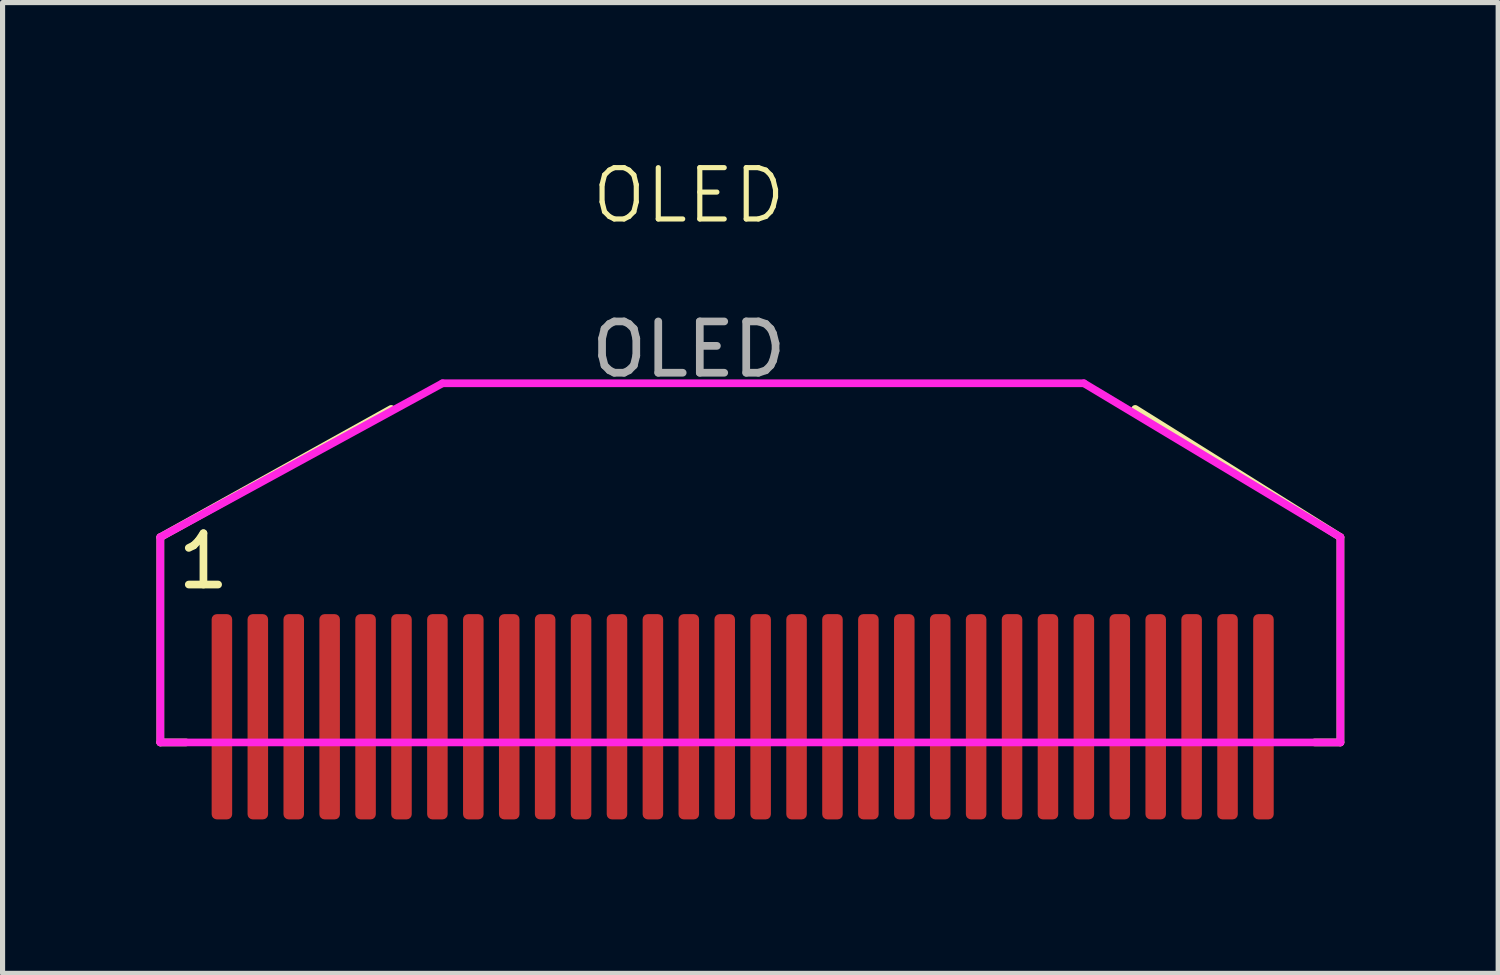
<source format=kicad_pcb>
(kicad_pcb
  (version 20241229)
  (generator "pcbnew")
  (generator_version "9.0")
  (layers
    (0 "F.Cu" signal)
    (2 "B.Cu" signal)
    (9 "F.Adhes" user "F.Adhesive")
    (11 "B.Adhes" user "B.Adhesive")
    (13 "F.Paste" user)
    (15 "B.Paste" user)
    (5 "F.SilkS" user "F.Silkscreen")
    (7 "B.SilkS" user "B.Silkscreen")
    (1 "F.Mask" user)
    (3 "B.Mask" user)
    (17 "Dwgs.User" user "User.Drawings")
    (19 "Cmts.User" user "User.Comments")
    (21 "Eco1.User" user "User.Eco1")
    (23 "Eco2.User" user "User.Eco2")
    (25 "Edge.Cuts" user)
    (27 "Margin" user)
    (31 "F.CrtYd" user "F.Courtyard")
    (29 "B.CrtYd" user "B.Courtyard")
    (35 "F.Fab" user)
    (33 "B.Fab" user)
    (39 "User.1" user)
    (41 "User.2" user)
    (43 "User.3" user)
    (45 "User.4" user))
  (footprint "OLED"
    (layer "F.Cu")
    (at 10.375 1.26)
    (property "Reference" "OLED" (at 0 -0.5 0) (unlocked yes) (layer "F.SilkS") (effects (font (size 1 1) (thickness 0.1))))
    (attr smd)
    (fp_line (start -10.3 6.16) (end -10.3 10.16) (stroke (width 0.15) (type solid)) (layer "F.SilkS"))
    (fp_line (start -10.3 10.16) (end -9.8 10.16) (stroke (width 0.15) (type solid)) (layer "F.SilkS"))
    (fp_line (start -5.8 3.66) (end -10.3 6.16) (stroke (width 0.15) (type solid)) (layer "F.SilkS"))
    (fp_line (start 12.7 6.16) (end 8.7 3.66) (stroke (width 0.15) (type solid)) (layer "F.SilkS"))
    (fp_line (start 12.7 10.16) (end 12.2 10.16) (stroke (width 0.15) (type solid)) (layer "F.SilkS"))
    (fp_line (start 12.7 10.16) (end 12.7 6.16) (stroke (width 0.15) (type solid)) (layer "F.SilkS"))
    (fp_line (start -10.3 6.16) (end -10.3 10.16) (stroke (width 0.15) (type solid)) (layer "F.CrtYd"))
    (fp_line (start -10.3 10.16) (end 12.7 10.16) (stroke (width 0.15) (type solid)) (layer "F.CrtYd"))
    (fp_line (start -4.8 3.16) (end -10.3 6.16) (stroke (width 0.15) (type solid)) (layer "F.CrtYd"))
    (fp_line (start 7.7 3.16) (end -4.8 3.16) (stroke (width 0.15) (type solid)) (layer "F.CrtYd"))
    (fp_line (start 12.7 6.16) (end 7.7 3.16) (stroke (width 0.15) (type solid)) (layer "F.CrtYd"))
    (fp_line (start 12.7 10.16) (end 12.7 6.16) (stroke (width 0.15) (type solid)) (layer "F.CrtYd"))
    (fp_text user "1" (at -9.46 6.628 180) (layer "F.SilkS") (effects (font (size 1 1) (thickness 0.15))))
    (fp_text user "${REFERENCE}" (at 0 2.5 0) (unlocked yes) (layer "F.Fab") (effects (font (size 1 1) (thickness 0.15))))
    (pad "1" smd roundrect (at -9.1 9.66) (size 0.4 4) (layers "F.Cu" "F.Mask" "F.Paste") (roundrect_rratio 0.25))
    (pad "2" smd roundrect (at -8.4 9.66) (size 0.4 4) (layers "F.Cu" "F.Mask" "F.Paste") (roundrect_rratio 0.25))
    (pad "3" smd roundrect (at -7.7 9.66) (size 0.4 4) (layers "F.Cu" "F.Mask" "F.Paste") (roundrect_rratio 0.25))
    (pad "4" smd roundrect (at -7 9.66) (size 0.4 4) (layers "F.Cu" "F.Mask" "F.Paste") (roundrect_rratio 0.25))
    (pad "5" smd roundrect (at -6.3 9.66) (size 0.4 4) (layers "F.Cu" "F.Mask" "F.Paste") (roundrect_rratio 0.25))
    (pad "6" smd roundrect (at -5.6 9.66) (size 0.4 4) (layers "F.Cu" "F.Mask" "F.Paste") (roundrect_rratio 0.25))
    (pad "7" smd roundrect (at -4.9 9.66) (size 0.4 4) (layers "F.Cu" "F.Mask" "F.Paste") (roundrect_rratio 0.25))
    (pad "8" smd roundrect (at -4.2 9.66) (size 0.4 4) (layers "F.Cu" "F.Mask" "F.Paste") (roundrect_rratio 0.25))
    (pad "9" smd roundrect (at -3.5 9.66) (size 0.4 4) (layers "F.Cu" "F.Mask" "F.Paste") (roundrect_rratio 0.25))
    (pad "10" smd roundrect (at -2.8 9.66) (size 0.4 4) (layers "F.Cu" "F.Mask" "F.Paste") (roundrect_rratio 0.25))
    (pad "11" smd roundrect (at -2.1 9.66) (size 0.4 4) (layers "F.Cu" "F.Mask" "F.Paste") (roundrect_rratio 0.25))
    (pad "12" smd roundrect (at -1.4 9.66) (size 0.4 4) (layers "F.Cu" "F.Mask" "F.Paste") (roundrect_rratio 0.25))
    (pad "13" smd roundrect (at -0.7 9.66) (size 0.4 4) (layers "F.Cu" "F.Mask" "F.Paste") (roundrect_rratio 0.25))
    (pad "14" smd roundrect (at 0 9.66) (size 0.4 4) (layers "F.Cu" "F.Mask" "F.Paste") (roundrect_rratio 0.25))
    (pad "15" smd roundrect (at 0.7 9.66) (size 0.4 4) (layers "F.Cu" "F.Mask" "F.Paste") (roundrect_rratio 0.25))
    (pad "16" smd roundrect (at 1.4 9.66) (size 0.4 4) (layers "F.Cu" "F.Mask" "F.Paste") (roundrect_rratio 0.25))
    (pad "17" smd roundrect (at 2.1 9.66) (size 0.4 4) (layers "F.Cu" "F.Mask" "F.Paste") (roundrect_rratio 0.25))
    (pad "18" smd roundrect (at 2.8 9.66) (size 0.4 4) (layers "F.Cu" "F.Mask" "F.Paste") (roundrect_rratio 0.25))
    (pad "19" smd roundrect (at 3.5 9.66) (size 0.4 4) (layers "F.Cu" "F.Mask" "F.Paste") (roundrect_rratio 0.25))
    (pad "20" smd roundrect (at 4.2 9.66) (size 0.4 4) (layers "F.Cu" "F.Mask" "F.Paste") (roundrect_rratio 0.25))
    (pad "21" smd roundrect (at 4.9 9.66) (size 0.4 4) (layers "F.Cu" "F.Mask" "F.Paste") (roundrect_rratio 0.25))
    (pad "22" smd roundrect (at 5.6 9.66) (size 0.4 4) (layers "F.Cu" "F.Mask" "F.Paste") (roundrect_rratio 0.25))
    (pad "23" smd roundrect (at 6.3 9.66) (size 0.4 4) (layers "F.Cu" "F.Mask" "F.Paste") (roundrect_rratio 0.25))
    (pad "24" smd roundrect (at 7 9.66) (size 0.4 4) (layers "F.Cu" "F.Mask" "F.Paste") (roundrect_rratio 0.25))
    (pad "25" smd roundrect (at 7.7 9.66) (size 0.4 4) (layers "F.Cu" "F.Mask" "F.Paste") (roundrect_rratio 0.25))
    (pad "26" smd roundrect (at 8.4 9.66) (size 0.4 4) (layers "F.Cu" "F.Mask" "F.Paste") (roundrect_rratio 0.25))
    (pad "27" smd roundrect (at 9.1 9.66) (size 0.4 4) (layers "F.Cu" "F.Mask" "F.Paste") (roundrect_rratio 0.25))
    (pad "28" smd roundrect (at 9.8 9.66) (size 0.4 4) (layers "F.Cu" "F.Mask" "F.Paste") (roundrect_rratio 0.25))
    (pad "29" smd roundrect (at 10.5 9.66) (size 0.4 4) (layers "F.Cu" "F.Mask" "F.Paste") (roundrect_rratio 0.25))
    (pad "30" smd roundrect (at 11.2 9.66) (size 0.4 4) (layers "F.Cu" "F.Mask" "F.Paste") (roundrect_rratio 0.25)))
  (gr_rect
    (start -3 -3)
    (end 26.15 15.921)
    (stroke (width 0.1) (type default))
    (fill no)
    (layer "Edge.Cuts")))
</source>
